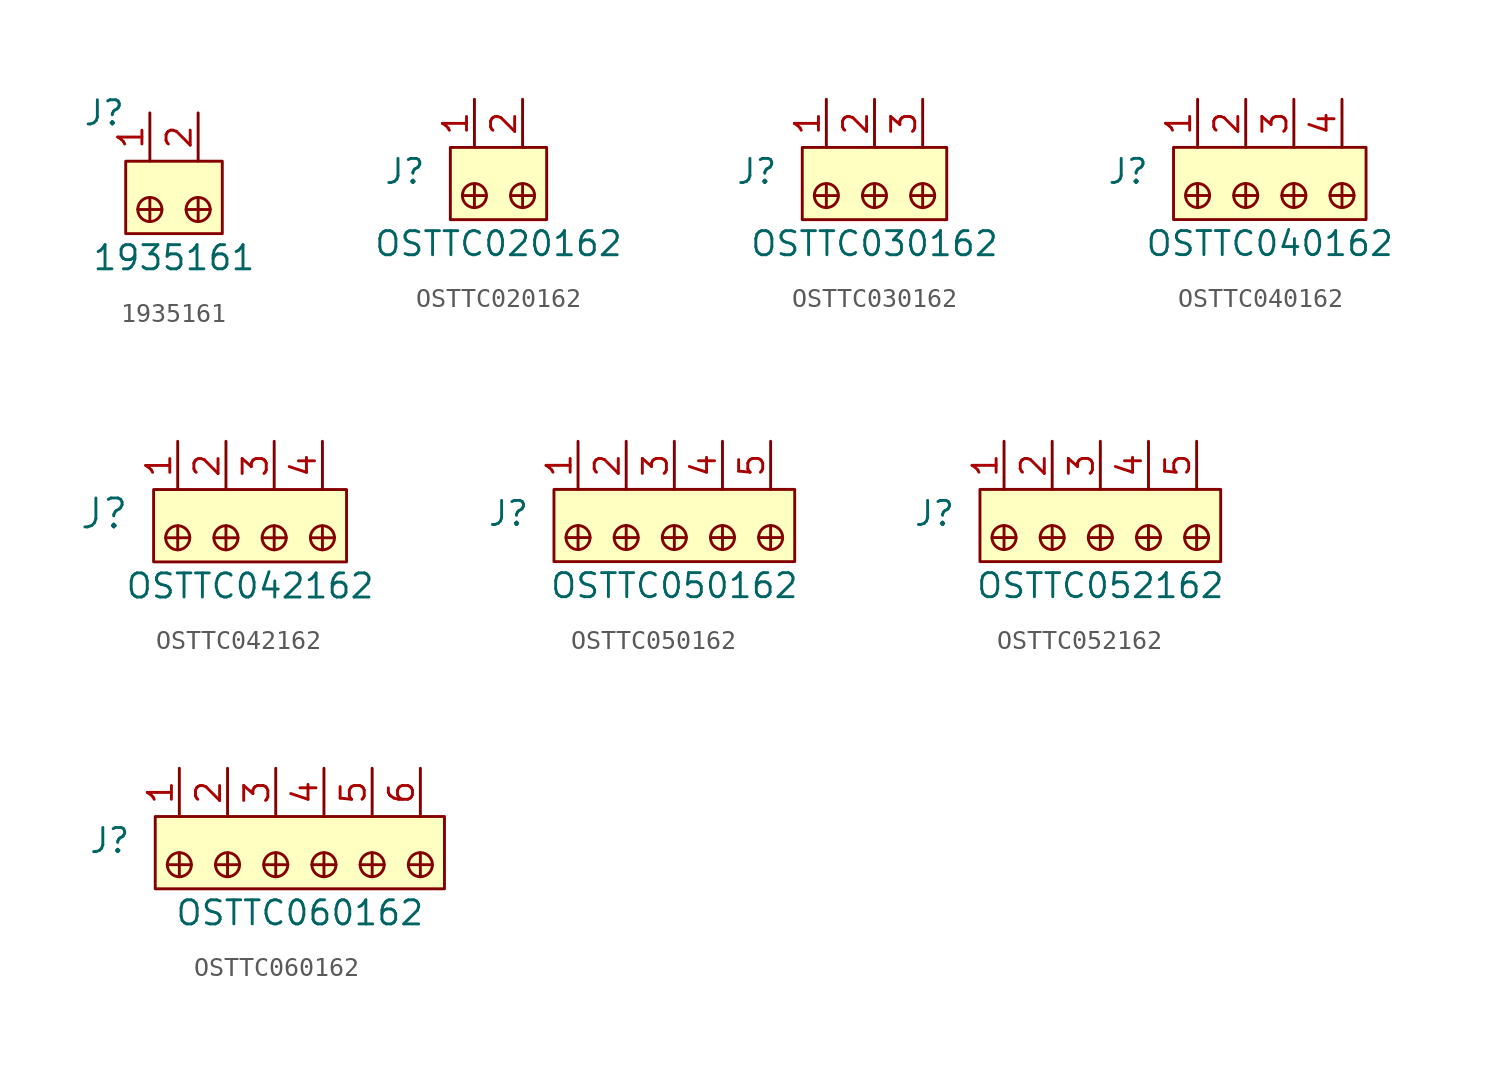
<source format=kicad_sym>
(kicad_symbol_lib
  (version 20211014)
  (generator kicad_symbol_editor)
  (symbol "1935161"
    (pin_names
      (offset 1.016))
    (property "Reference" "J"
      (at -1.27 5.08 0)
      (effects (font (size 1.27 1.27)) (justify right)))
    (property "Value" "1935161"
      (at 1.27 -2.54 0)
      (effects (font (size 1.27 1.27))))
    (symbol "1935161_0_1"
      (rectangle (start -1.27 2.54) (end 3.81 -1.27) (stroke (width 0) (type default) (color 0 0 0 0)) (fill (type background)))
      (polyline (pts (xy 0 0.635) (xy 0 -0.635)) (stroke (width 0) (type default) (color 0 0 0 0)) (fill (type none)))
      (polyline (pts (xy 0.635 0) (xy -0.635 0)) (stroke (width 0) (type default) (color 0 0 0 0)) (fill (type none)))
      (polyline (pts (xy 1.905 0) (xy 3.175 0)) (stroke (width 0) (type default) (color 0 0 0 0)) (fill (type none)))
      (polyline (pts (xy 2.54 0.635) (xy 2.54 -0.635)) (stroke (width 0) (type default) (color 0 0 0 0)) (fill (type none)))
      (circle (center 0 0) (radius 0.635) (stroke (width 0) (type default) (color 0 0 0 0)) (fill (type none)))
      (circle (center 2.54 0) (radius 0.635) (stroke (width 0) (type default) (color 0 0 0 0)) (fill (type none))))
    (symbol "1935161_1_1"
      (pin passive line (at 0 5.08 270) (length 2.54) (name "~" (effects (font (size 1.27 1.27)))) (number "1" (effects (font (size 1.27 1.27)))))
      (pin passive line (at 2.54 5.08 270) (length 2.54) (name "~" (effects (font (size 1.27 1.27)))) (number "2" (effects (font (size 1.27 1.27)))))))
  (symbol "OSTTC020162"
    (pin_names
      (offset 1.016))
    (property "Reference" "J"
      (at -2.54 1.27 0)
      (effects (font (size 1.27 1.27)) (justify right)))
    (property "Value" "OSTTC020162"
      (at 1.27 -2.54 0)
      (effects (font (size 1.27 1.27))))
    (symbol "OSTTC020162_1_1"
      (rectangle (start -1.27 2.54) (end 3.81 -1.27) (stroke (width 0) (type default) (color 0 0 0 0)) (fill (type background)))
      (polyline (pts (xy 0 0.635) (xy 0 -0.635)) (stroke (width 0) (type default) (color 0 0 0 0)) (fill (type none)))
      (polyline (pts (xy 0.635 0) (xy -0.635 0)) (stroke (width 0) (type default) (color 0 0 0 0)) (fill (type none)))
      (polyline (pts (xy 1.905 0) (xy 3.175 0)) (stroke (width 0) (type default) (color 0 0 0 0)) (fill (type none)))
      (polyline (pts (xy 2.54 0.635) (xy 2.54 -0.635)) (stroke (width 0) (type default) (color 0 0 0 0)) (fill (type none)))
      (circle (center 0 0) (radius 0.635) (stroke (width 0) (type default) (color 0 0 0 0)) (fill (type none)))
      (circle (center 2.54 0) (radius 0.635) (stroke (width 0) (type default) (color 0 0 0 0)) (fill (type none)))
      (pin passive line (at 0 5.08 270) (length 2.54) (name "~" (effects (font (size 1.27 1.27)))) (number "1" (effects (font (size 1.27 1.27)))))
      (pin passive line (at 2.54 5.08 270) (length 2.54) (name "~" (effects (font (size 1.27 1.27)))) (number "2" (effects (font (size 1.27 1.27)))))))
  (symbol "OSTTC030162"
    (pin_names
      (offset 1.016))
    (property "Reference" "J"
      (at -2.54 1.27 0)
      (effects (font (size 1.27 1.27)) (justify right)))
    (property "Value" "OSTTC030162"
      (at 2.54 -2.54 0)
      (effects (font (size 1.27 1.27))))
    (symbol "OSTTC030162_1_1"
      (rectangle (start -1.27 2.54) (end 6.35 -1.27) (stroke (width 0) (type default) (color 0 0 0 0)) (fill (type background)))
      (polyline (pts (xy 0 0.635) (xy 0 -0.635)) (stroke (width 0) (type default) (color 0 0 0 0)) (fill (type none)))
      (polyline (pts (xy 0.635 0) (xy -0.635 0)) (stroke (width 0) (type default) (color 0 0 0 0)) (fill (type none)))
      (polyline (pts (xy 1.905 0) (xy 3.175 0)) (stroke (width 0) (type default) (color 0 0 0 0)) (fill (type none)))
      (polyline (pts (xy 2.54 0.635) (xy 2.54 -0.635)) (stroke (width 0) (type default) (color 0 0 0 0)) (fill (type none)))
      (polyline (pts (xy 4.445 0) (xy 5.715 0)) (stroke (width 0) (type default) (color 0 0 0 0)) (fill (type none)))
      (polyline (pts (xy 5.08 0.635) (xy 5.08 -0.635)) (stroke (width 0) (type default) (color 0 0 0 0)) (fill (type none)))
      (circle (center 0 0) (radius 0.635) (stroke (width 0) (type default) (color 0 0 0 0)) (fill (type none)))
      (circle (center 2.54 0) (radius 0.635) (stroke (width 0) (type default) (color 0 0 0 0)) (fill (type none)))
      (circle (center 5.08 0) (radius 0.635) (stroke (width 0) (type default) (color 0 0 0 0)) (fill (type none)))
      (pin passive line (at 0 5.08 270) (length 2.54) (name "~" (effects (font (size 1.27 1.27)))) (number "1" (effects (font (size 1.27 1.27)))))
      (pin passive line (at 2.54 5.08 270) (length 2.54) (name "~" (effects (font (size 1.27 1.27)))) (number "2" (effects (font (size 1.27 1.27)))))
      (pin passive line (at 5.08 5.08 270) (length 2.54) (name "~" (effects (font (size 1.27 1.27)))) (number "3" (effects (font (size 1.27 1.27)))))))
  (symbol "OSTTC040162"
    (pin_names
      (offset 1.016))
    (property "Reference" "J"
      (at -2.54 -1.27 0)
      (effects (font (size 1.27 1.27)) (justify right)))
    (property "Value" "OSTTC040162"
      (at 3.81 -5.08 0)
      (effects (font (size 1.27 1.27))))
    (symbol "OSTTC040162_1_1"
      (rectangle (start -1.27 0) (end 8.89 -3.81) (stroke (width 0) (type default) (color 0 0 0 0)) (fill (type background)))
      (circle (center 0 -2.54) (radius 0.635) (stroke (width 0) (type default) (color 0 0 0 0)) (fill (type none)))
      (polyline (pts (xy 0 -1.905) (xy 0 -3.175)) (stroke (width 0) (type default) (color 0 0 0 0)) (fill (type none)))
      (polyline (pts (xy 0.635 -2.54) (xy -0.635 -2.54)) (stroke (width 0) (type default) (color 0 0 0 0)) (fill (type none)))
      (polyline (pts (xy 1.905 -2.54) (xy 3.175 -2.54)) (stroke (width 0) (type default) (color 0 0 0 0)) (fill (type none)))
      (polyline (pts (xy 2.54 -1.905) (xy 2.54 -3.175)) (stroke (width 0) (type default) (color 0 0 0 0)) (fill (type none)))
      (polyline (pts (xy 5.08 -1.905) (xy 5.08 -3.175)) (stroke (width 0) (type default) (color 0 0 0 0)) (fill (type none)))
      (polyline (pts (xy 5.715 -2.54) (xy 4.445 -2.54)) (stroke (width 0) (type default) (color 0 0 0 0)) (fill (type none)))
      (polyline (pts (xy 6.985 -2.54) (xy 8.255 -2.54)) (stroke (width 0) (type default) (color 0 0 0 0)) (fill (type none)))
      (polyline (pts (xy 7.62 -1.905) (xy 7.62 -3.175)) (stroke (width 0) (type default) (color 0 0 0 0)) (fill (type none)))
      (circle (center 2.54 -2.54) (radius 0.635) (stroke (width 0) (type default) (color 0 0 0 0)) (fill (type none)))
      (circle (center 5.08 -2.54) (radius 0.635) (stroke (width 0) (type default) (color 0 0 0 0)) (fill (type none)))
      (circle (center 7.62 -2.54) (radius 0.635) (stroke (width 0) (type default) (color 0 0 0 0)) (fill (type none)))
      (pin passive line (at 0 2.54 270) (length 2.54) (name "~" (effects (font (size 1.27 1.27)))) (number "1" (effects (font (size 1.27 1.27)))))
      (pin passive line (at 2.54 2.54 270) (length 2.54) (name "~" (effects (font (size 1.27 1.27)))) (number "2" (effects (font (size 1.27 1.27)))))
      (pin passive line (at 5.08 2.54 270) (length 2.54) (name "~" (effects (font (size 1.27 1.27)))) (number "3" (effects (font (size 1.27 1.27)))))
      (pin passive line (at 7.62 2.54 270) (length 2.54) (name "~" (effects (font (size 1.27 1.27)))) (number "4" (effects (font (size 1.27 1.27)))))))
  (symbol "OSTTC042162"
    (pin_names
      (offset 1.016))
    (property "Reference" "J"
      (at -2.54 -1.27 0)
      (effects (font (size 1.524 1.524)) (justify right)))
    (property "Value" "OSTTC042162"
      (at 3.81 -5.08 0)
      (effects (font (size 1.27 1.27))))
    (symbol "OSTTC042162_1_1"
      (rectangle (start -1.27 0) (end 8.89 -3.81) (stroke (width 0) (type default) (color 0 0 0 0)) (fill (type background)))
      (circle (center 0 -2.54) (radius 0.635) (stroke (width 0) (type default) (color 0 0 0 0)) (fill (type none)))
      (polyline (pts (xy 0 -1.905) (xy 0 -3.175)) (stroke (width 0) (type default) (color 0 0 0 0)) (fill (type none)))
      (polyline (pts (xy 0.635 -2.54) (xy -0.635 -2.54)) (stroke (width 0) (type default) (color 0 0 0 0)) (fill (type none)))
      (polyline (pts (xy 1.905 -2.54) (xy 3.175 -2.54)) (stroke (width 0) (type default) (color 0 0 0 0)) (fill (type none)))
      (polyline (pts (xy 2.54 -1.905) (xy 2.54 -3.175)) (stroke (width 0) (type default) (color 0 0 0 0)) (fill (type none)))
      (polyline (pts (xy 5.08 -1.905) (xy 5.08 -3.175)) (stroke (width 0) (type default) (color 0 0 0 0)) (fill (type none)))
      (polyline (pts (xy 5.715 -2.54) (xy 4.445 -2.54)) (stroke (width 0) (type default) (color 0 0 0 0)) (fill (type none)))
      (polyline (pts (xy 6.985 -2.54) (xy 8.255 -2.54)) (stroke (width 0) (type default) (color 0 0 0 0)) (fill (type none)))
      (polyline (pts (xy 7.62 -1.905) (xy 7.62 -3.175)) (stroke (width 0) (type default) (color 0 0 0 0)) (fill (type none)))
      (circle (center 2.54 -2.54) (radius 0.635) (stroke (width 0) (type default) (color 0 0 0 0)) (fill (type none)))
      (circle (center 5.08 -2.54) (radius 0.635) (stroke (width 0) (type default) (color 0 0 0 0)) (fill (type none)))
      (circle (center 7.62 -2.54) (radius 0.635) (stroke (width 0) (type default) (color 0 0 0 0)) (fill (type none)))
      (pin passive line (at 0 2.54 270) (length 2.54) (name "~" (effects (font (size 1.27 1.27)))) (number "1" (effects (font (size 1.27 1.27)))))
      (pin passive line (at 2.54 2.54 270) (length 2.54) (name "~" (effects (font (size 1.27 1.27)))) (number "2" (effects (font (size 1.27 1.27)))))
      (pin passive line (at 5.08 2.54 270) (length 2.54) (name "~" (effects (font (size 1.27 1.27)))) (number "3" (effects (font (size 1.27 1.27)))))
      (pin passive line (at 7.62 2.54 270) (length 2.54) (name "~" (effects (font (size 1.27 1.27)))) (number "4" (effects (font (size 1.27 1.27)))))))
  (symbol "OSTTC050162"
    (pin_names
      (offset 1.016))
    (property "Reference" "J"
      (at -2.54 -1.27 0)
      (effects (font (size 1.27 1.27)) (justify right)))
    (property "Value" "OSTTC050162"
      (at 5.08 -5.08 0)
      (effects (font (size 1.27 1.27))))
    (symbol "OSTTC050162_1_1"
      (rectangle (start -1.27 0) (end 11.43 -3.81) (stroke (width 0) (type default) (color 0 0 0 0)) (fill (type background)))
      (circle (center 0 -2.54) (radius 0.635) (stroke (width 0) (type default) (color 0 0 0 0)) (fill (type none)))
      (polyline (pts (xy 0 -1.905) (xy 0 -3.175)) (stroke (width 0) (type default) (color 0 0 0 0)) (fill (type none)))
      (polyline (pts (xy 0.635 -2.54) (xy -0.635 -2.54)) (stroke (width 0) (type default) (color 0 0 0 0)) (fill (type none)))
      (polyline (pts (xy 1.905 -2.54) (xy 3.175 -2.54)) (stroke (width 0) (type default) (color 0 0 0 0)) (fill (type none)))
      (polyline (pts (xy 2.54 -1.905) (xy 2.54 -3.175)) (stroke (width 0) (type default) (color 0 0 0 0)) (fill (type none)))
      (polyline (pts (xy 5.08 -1.905) (xy 5.08 -3.175)) (stroke (width 0) (type default) (color 0 0 0 0)) (fill (type none)))
      (polyline (pts (xy 5.715 -2.54) (xy 4.445 -2.54)) (stroke (width 0) (type default) (color 0 0 0 0)) (fill (type none)))
      (polyline (pts (xy 6.985 -2.54) (xy 8.255 -2.54)) (stroke (width 0) (type default) (color 0 0 0 0)) (fill (type none)))
      (polyline (pts (xy 7.62 -1.905) (xy 7.62 -3.175)) (stroke (width 0) (type default) (color 0 0 0 0)) (fill (type none)))
      (polyline (pts (xy 9.525 -2.54) (xy 10.795 -2.54)) (stroke (width 0) (type default) (color 0 0 0 0)) (fill (type none)))
      (polyline (pts (xy 10.16 -1.905) (xy 10.16 -3.175)) (stroke (width 0) (type default) (color 0 0 0 0)) (fill (type none)))
      (circle (center 2.54 -2.54) (radius 0.635) (stroke (width 0) (type default) (color 0 0 0 0)) (fill (type none)))
      (circle (center 5.08 -2.54) (radius 0.635) (stroke (width 0) (type default) (color 0 0 0 0)) (fill (type none)))
      (circle (center 7.62 -2.54) (radius 0.635) (stroke (width 0) (type default) (color 0 0 0 0)) (fill (type none)))
      (circle (center 10.16 -2.54) (radius 0.635) (stroke (width 0) (type default) (color 0 0 0 0)) (fill (type none)))
      (pin passive line (at 0 2.54 270) (length 2.54) (name "~" (effects (font (size 1.27 1.27)))) (number "1" (effects (font (size 1.27 1.27)))))
      (pin passive line (at 2.54 2.54 270) (length 2.54) (name "~" (effects (font (size 1.27 1.27)))) (number "2" (effects (font (size 1.27 1.27)))))
      (pin passive line (at 5.08 2.54 270) (length 2.54) (name "~" (effects (font (size 1.27 1.27)))) (number "3" (effects (font (size 1.27 1.27)))))
      (pin passive line (at 7.62 2.54 270) (length 2.54) (name "~" (effects (font (size 1.27 1.27)))) (number "4" (effects (font (size 1.27 1.27)))))
      (pin passive line (at 10.16 2.54 270) (length 2.54) (name "~" (effects (font (size 1.27 1.27)))) (number "5" (effects (font (size 1.27 1.27)))))))
  (symbol "OSTTC052162"
    (pin_names
      (offset 1.016))
    (property "Reference" "J"
      (at -2.54 -1.27 0)
      (effects (font (size 1.27 1.27)) (justify right)))
    (property "Value" "OSTTC052162"
      (at 5.08 -5.08 0)
      (effects (font (size 1.27 1.27))))
    (symbol "OSTTC052162_1_1"
      (rectangle (start -1.27 0) (end 11.43 -3.81) (stroke (width 0) (type default) (color 0 0 0 0)) (fill (type background)))
      (circle (center 0 -2.54) (radius 0.635) (stroke (width 0) (type default) (color 0 0 0 0)) (fill (type none)))
      (polyline (pts (xy 0 -1.905) (xy 0 -3.175)) (stroke (width 0) (type default) (color 0 0 0 0)) (fill (type none)))
      (polyline (pts (xy 0.635 -2.54) (xy -0.635 -2.54)) (stroke (width 0) (type default) (color 0 0 0 0)) (fill (type none)))
      (polyline (pts (xy 1.905 -2.54) (xy 3.175 -2.54)) (stroke (width 0) (type default) (color 0 0 0 0)) (fill (type none)))
      (polyline (pts (xy 2.54 -1.905) (xy 2.54 -3.175)) (stroke (width 0) (type default) (color 0 0 0 0)) (fill (type none)))
      (polyline (pts (xy 5.08 -1.905) (xy 5.08 -3.175)) (stroke (width 0) (type default) (color 0 0 0 0)) (fill (type none)))
      (polyline (pts (xy 5.715 -2.54) (xy 4.445 -2.54)) (stroke (width 0) (type default) (color 0 0 0 0)) (fill (type none)))
      (polyline (pts (xy 6.985 -2.54) (xy 8.255 -2.54)) (stroke (width 0) (type default) (color 0 0 0 0)) (fill (type none)))
      (polyline (pts (xy 7.62 -1.905) (xy 7.62 -3.175)) (stroke (width 0) (type default) (color 0 0 0 0)) (fill (type none)))
      (polyline (pts (xy 9.525 -2.54) (xy 10.795 -2.54)) (stroke (width 0) (type default) (color 0 0 0 0)) (fill (type none)))
      (polyline (pts (xy 10.16 -1.905) (xy 10.16 -3.175)) (stroke (width 0) (type default) (color 0 0 0 0)) (fill (type none)))
      (circle (center 2.54 -2.54) (radius 0.635) (stroke (width 0) (type default) (color 0 0 0 0)) (fill (type none)))
      (circle (center 5.08 -2.54) (radius 0.635) (stroke (width 0) (type default) (color 0 0 0 0)) (fill (type none)))
      (circle (center 7.62 -2.54) (radius 0.635) (stroke (width 0) (type default) (color 0 0 0 0)) (fill (type none)))
      (circle (center 10.16 -2.54) (radius 0.635) (stroke (width 0) (type default) (color 0 0 0 0)) (fill (type none)))
      (pin passive line (at 0 2.54 270) (length 2.54) (name "~" (effects (font (size 1.27 1.27)))) (number "1" (effects (font (size 1.27 1.27)))))
      (pin passive line (at 2.54 2.54 270) (length 2.54) (name "~" (effects (font (size 1.27 1.27)))) (number "2" (effects (font (size 1.27 1.27)))))
      (pin passive line (at 5.08 2.54 270) (length 2.54) (name "~" (effects (font (size 1.27 1.27)))) (number "3" (effects (font (size 1.27 1.27)))))
      (pin passive line (at 7.62 2.54 270) (length 2.54) (name "~" (effects (font (size 1.27 1.27)))) (number "4" (effects (font (size 1.27 1.27)))))
      (pin passive line (at 10.16 2.54 270) (length 2.54) (name "~" (effects (font (size 1.27 1.27)))) (number "5" (effects (font (size 1.27 1.27)))))))
  (symbol "OSTTC060162"
    (pin_names
      (offset 1.016))
    (property "Reference" "J"
      (at -2.54 -1.27 0)
      (effects (font (size 1.27 1.27)) (justify right)))
    (property "Value" "OSTTC060162"
      (at 6.35 -5.08 0)
      (effects (font (size 1.27 1.27))))
    (symbol "OSTTC060162_1_1"
      (rectangle (start -1.27 0) (end 13.97 -3.81) (stroke (width 0) (type default) (color 0 0 0 0)) (fill (type background)))
      (circle (center 0 -2.54) (radius 0.635) (stroke (width 0) (type default) (color 0 0 0 0)) (fill (type none)))
      (polyline (pts (xy 0 -1.905) (xy 0 -3.175)) (stroke (width 0) (type default) (color 0 0 0 0)) (fill (type none)))
      (polyline (pts (xy 0.635 -2.54) (xy -0.635 -2.54)) (stroke (width 0) (type default) (color 0 0 0 0)) (fill (type none)))
      (polyline (pts (xy 1.905 -2.54) (xy 3.175 -2.54)) (stroke (width 0) (type default) (color 0 0 0 0)) (fill (type none)))
      (polyline (pts (xy 2.54 -1.905) (xy 2.54 -3.175)) (stroke (width 0) (type default) (color 0 0 0 0)) (fill (type none)))
      (polyline (pts (xy 5.08 -1.905) (xy 5.08 -3.175)) (stroke (width 0) (type default) (color 0 0 0 0)) (fill (type none)))
      (polyline (pts (xy 5.715 -2.54) (xy 4.445 -2.54)) (stroke (width 0) (type default) (color 0 0 0 0)) (fill (type none)))
      (polyline (pts (xy 6.985 -2.54) (xy 8.255 -2.54)) (stroke (width 0) (type default) (color 0 0 0 0)) (fill (type none)))
      (polyline (pts (xy 7.62 -1.905) (xy 7.62 -3.175)) (stroke (width 0) (type default) (color 0 0 0 0)) (fill (type none)))
      (polyline (pts (xy 10.16 -1.905) (xy 10.16 -3.175)) (stroke (width 0) (type default) (color 0 0 0 0)) (fill (type none)))
      (polyline (pts (xy 10.795 -2.54) (xy 9.525 -2.54)) (stroke (width 0) (type default) (color 0 0 0 0)) (fill (type none)))
      (polyline (pts (xy 12.065 -2.54) (xy 13.335 -2.54)) (stroke (width 0) (type default) (color 0 0 0 0)) (fill (type none)))
      (polyline (pts (xy 12.7 -1.905) (xy 12.7 -3.175)) (stroke (width 0) (type default) (color 0 0 0 0)) (fill (type none)))
      (circle (center 2.54 -2.54) (radius 0.635) (stroke (width 0) (type default) (color 0 0 0 0)) (fill (type none)))
      (circle (center 5.08 -2.54) (radius 0.635) (stroke (width 0) (type default) (color 0 0 0 0)) (fill (type none)))
      (circle (center 7.62 -2.54) (radius 0.635) (stroke (width 0) (type default) (color 0 0 0 0)) (fill (type none)))
      (circle (center 10.16 -2.54) (radius 0.635) (stroke (width 0) (type default) (color 0 0 0 0)) (fill (type none)))
      (circle (center 12.7 -2.54) (radius 0.635) (stroke (width 0) (type default) (color 0 0 0 0)) (fill (type none)))
      (pin passive line (at 0 2.54 270) (length 2.54) (name "~" (effects (font (size 1.27 1.27)))) (number "1" (effects (font (size 1.27 1.27)))))
      (pin passive line (at 2.54 2.54 270) (length 2.54) (name "~" (effects (font (size 1.27 1.27)))) (number "2" (effects (font (size 1.27 1.27)))))
      (pin passive line (at 5.08 2.54 270) (length 2.54) (name "~" (effects (font (size 1.27 1.27)))) (number "3" (effects (font (size 1.27 1.27)))))
      (pin passive line (at 7.62 2.54 270) (length 2.54) (name "~" (effects (font (size 1.27 1.27)))) (number "4" (effects (font (size 1.27 1.27)))))
      (pin passive line (at 10.16 2.54 270) (length 2.54) (name "~" (effects (font (size 1.27 1.27)))) (number "5" (effects (font (size 1.27 1.27)))))
      (pin passive line (at 12.7 2.54 270) (length 2.54) (name "~" (effects (font (size 1.27 1.27)))) (number "6" (effects (font (size 1.27 1.27))))))))
</source>
